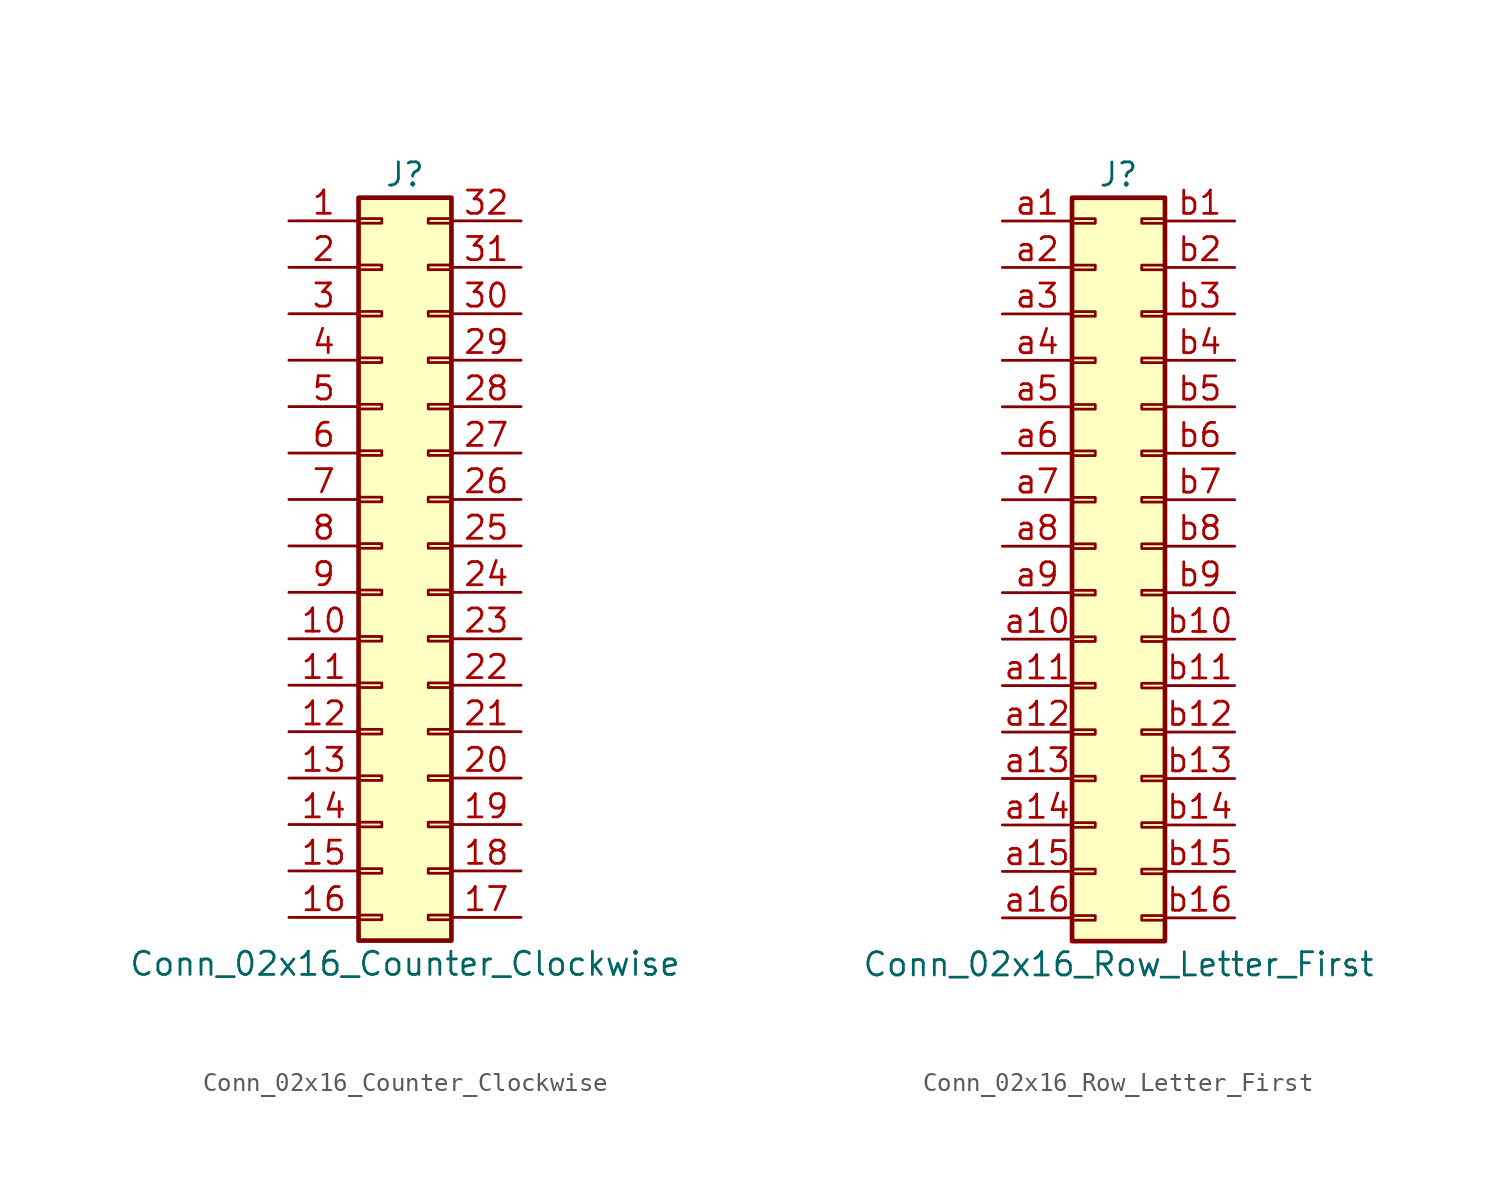
<source format=kicad_sym>
(kicad_symbol_lib
  (version 20201005)
  (generator kicad_symbol_editor)
  (symbol "Conn_02x16_Counter_Clockwise"
    (pin_names
      (offset 1.016) hide)
    (property "Reference" "J"
      (at 1.27 20.32 0)
      (effects (font (size 1.27 1.27))))
    (property "Value" "Conn_02x16_Counter_Clockwise"
      (at 1.27 -22.86 0)
      (effects (font (size 1.27 1.27))))
    (symbol "Conn_02x16_Counter_Clockwise_1_1"
      (rectangle (start -1.27 -20.193) (end 0 -20.447) (stroke (width 0.152)) (fill (type none)))
      (rectangle (start -1.27 -17.653) (end 0 -17.907) (stroke (width 0.152)) (fill (type none)))
      (rectangle (start -1.27 -15.113) (end 0 -15.367) (stroke (width 0.152)) (fill (type none)))
      (rectangle (start -1.27 -12.573) (end 0 -12.827) (stroke (width 0.152)) (fill (type none)))
      (rectangle (start -1.27 -10.033) (end 0 -10.287) (stroke (width 0.152)) (fill (type none)))
      (rectangle (start -1.27 -7.493) (end 0 -7.747) (stroke (width 0.152)) (fill (type none)))
      (rectangle (start -1.27 -4.953) (end 0 -5.207) (stroke (width 0.152)) (fill (type none)))
      (rectangle (start -1.27 -2.413) (end 0 -2.667) (stroke (width 0.152)) (fill (type none)))
      (rectangle (start -1.27 0.127) (end 0 -0.127) (stroke (width 0.152)) (fill (type none)))
      (rectangle (start -1.27 2.667) (end 0 2.413) (stroke (width 0.152)) (fill (type none)))
      (rectangle (start -1.27 5.207) (end 0 4.953) (stroke (width 0.152)) (fill (type none)))
      (rectangle (start -1.27 7.747) (end 0 7.493) (stroke (width 0.152)) (fill (type none)))
      (rectangle (start -1.27 10.287) (end 0 10.033) (stroke (width 0.152)) (fill (type none)))
      (rectangle (start -1.27 12.827) (end 0 12.573) (stroke (width 0.152)) (fill (type none)))
      (rectangle (start -1.27 15.367) (end 0 15.113) (stroke (width 0.152)) (fill (type none)))
      (rectangle (start -1.27 17.907) (end 0 17.653) (stroke (width 0.152)) (fill (type none)))
      (rectangle (start -1.27 19.05) (end 3.81 -21.59) (stroke (width 0.254)) (fill (type background)))
      (rectangle (start 3.81 -20.193) (end 2.54 -20.447) (stroke (width 0.152)) (fill (type none)))
      (rectangle (start 3.81 -17.653) (end 2.54 -17.907) (stroke (width 0.152)) (fill (type none)))
      (rectangle (start 3.81 -15.113) (end 2.54 -15.367) (stroke (width 0.152)) (fill (type none)))
      (rectangle (start 3.81 -12.573) (end 2.54 -12.827) (stroke (width 0.152)) (fill (type none)))
      (rectangle (start 3.81 -10.033) (end 2.54 -10.287) (stroke (width 0.152)) (fill (type none)))
      (rectangle (start 3.81 -7.493) (end 2.54 -7.747) (stroke (width 0.152)) (fill (type none)))
      (rectangle (start 3.81 -4.953) (end 2.54 -5.207) (stroke (width 0.152)) (fill (type none)))
      (rectangle (start 3.81 -2.413) (end 2.54 -2.667) (stroke (width 0.152)) (fill (type none)))
      (rectangle (start 3.81 0.127) (end 2.54 -0.127) (stroke (width 0.152)) (fill (type none)))
      (rectangle (start 3.81 2.667) (end 2.54 2.413) (stroke (width 0.152)) (fill (type none)))
      (rectangle (start 3.81 5.207) (end 2.54 4.953) (stroke (width 0.152)) (fill (type none)))
      (rectangle (start 3.81 7.747) (end 2.54 7.493) (stroke (width 0.152)) (fill (type none)))
      (rectangle (start 3.81 10.287) (end 2.54 10.033) (stroke (width 0.152)) (fill (type none)))
      (rectangle (start 3.81 12.827) (end 2.54 12.573) (stroke (width 0.152)) (fill (type none)))
      (rectangle (start 3.81 15.367) (end 2.54 15.113) (stroke (width 0.152)) (fill (type none)))
      (rectangle (start 3.81 17.907) (end 2.54 17.653) (stroke (width 0.152)) (fill (type none)))
      (pin passive line (at -5.08 17.78 0) (length 3.81) (name "Pin_1" (effects (font (size 1.27 1.27)))) (number "1" (effects (font (size 1.27 1.27)))))
      (pin passive line (at -5.08 -5.08 0) (length 3.81) (name "Pin_10" (effects (font (size 1.27 1.27)))) (number "10" (effects (font (size 1.27 1.27)))))
      (pin passive line (at -5.08 -7.62 0) (length 3.81) (name "Pin_11" (effects (font (size 1.27 1.27)))) (number "11" (effects (font (size 1.27 1.27)))))
      (pin passive line (at -5.08 -10.16 0) (length 3.81) (name "Pin_12" (effects (font (size 1.27 1.27)))) (number "12" (effects (font (size 1.27 1.27)))))
      (pin passive line (at -5.08 -12.7 0) (length 3.81) (name "Pin_13" (effects (font (size 1.27 1.27)))) (number "13" (effects (font (size 1.27 1.27)))))
      (pin passive line (at -5.08 -15.24 0) (length 3.81) (name "Pin_14" (effects (font (size 1.27 1.27)))) (number "14" (effects (font (size 1.27 1.27)))))
      (pin passive line (at -5.08 -17.78 0) (length 3.81) (name "Pin_15" (effects (font (size 1.27 1.27)))) (number "15" (effects (font (size 1.27 1.27)))))
      (pin passive line (at -5.08 -20.32 0) (length 3.81) (name "Pin_16" (effects (font (size 1.27 1.27)))) (number "16" (effects (font (size 1.27 1.27)))))
      (pin passive line (at 7.62 -20.32 180) (length 3.81) (name "Pin_17" (effects (font (size 1.27 1.27)))) (number "17" (effects (font (size 1.27 1.27)))))
      (pin passive line (at 7.62 -17.78 180) (length 3.81) (name "Pin_18" (effects (font (size 1.27 1.27)))) (number "18" (effects (font (size 1.27 1.27)))))
      (pin passive line (at 7.62 -15.24 180) (length 3.81) (name "Pin_19" (effects (font (size 1.27 1.27)))) (number "19" (effects (font (size 1.27 1.27)))))
      (pin passive line (at -5.08 15.24 0) (length 3.81) (name "Pin_2" (effects (font (size 1.27 1.27)))) (number "2" (effects (font (size 1.27 1.27)))))
      (pin passive line (at 7.62 -12.7 180) (length 3.81) (name "Pin_20" (effects (font (size 1.27 1.27)))) (number "20" (effects (font (size 1.27 1.27)))))
      (pin passive line (at 7.62 -10.16 180) (length 3.81) (name "Pin_21" (effects (font (size 1.27 1.27)))) (number "21" (effects (font (size 1.27 1.27)))))
      (pin passive line (at 7.62 -7.62 180) (length 3.81) (name "Pin_22" (effects (font (size 1.27 1.27)))) (number "22" (effects (font (size 1.27 1.27)))))
      (pin passive line (at 7.62 -5.08 180) (length 3.81) (name "Pin_23" (effects (font (size 1.27 1.27)))) (number "23" (effects (font (size 1.27 1.27)))))
      (pin passive line (at 7.62 -2.54 180) (length 3.81) (name "Pin_24" (effects (font (size 1.27 1.27)))) (number "24" (effects (font (size 1.27 1.27)))))
      (pin passive line (at 7.62 0 180) (length 3.81) (name "Pin_25" (effects (font (size 1.27 1.27)))) (number "25" (effects (font (size 1.27 1.27)))))
      (pin passive line (at 7.62 2.54 180) (length 3.81) (name "Pin_26" (effects (font (size 1.27 1.27)))) (number "26" (effects (font (size 1.27 1.27)))))
      (pin passive line (at 7.62 5.08 180) (length 3.81) (name "Pin_27" (effects (font (size 1.27 1.27)))) (number "27" (effects (font (size 1.27 1.27)))))
      (pin passive line (at 7.62 7.62 180) (length 3.81) (name "Pin_28" (effects (font (size 1.27 1.27)))) (number "28" (effects (font (size 1.27 1.27)))))
      (pin passive line (at 7.62 10.16 180) (length 3.81) (name "Pin_29" (effects (font (size 1.27 1.27)))) (number "29" (effects (font (size 1.27 1.27)))))
      (pin passive line (at -5.08 12.7 0) (length 3.81) (name "Pin_3" (effects (font (size 1.27 1.27)))) (number "3" (effects (font (size 1.27 1.27)))))
      (pin passive line (at 7.62 12.7 180) (length 3.81) (name "Pin_30" (effects (font (size 1.27 1.27)))) (number "30" (effects (font (size 1.27 1.27)))))
      (pin passive line (at 7.62 15.24 180) (length 3.81) (name "Pin_31" (effects (font (size 1.27 1.27)))) (number "31" (effects (font (size 1.27 1.27)))))
      (pin passive line (at 7.62 17.78 180) (length 3.81) (name "Pin_32" (effects (font (size 1.27 1.27)))) (number "32" (effects (font (size 1.27 1.27)))))
      (pin passive line (at -5.08 10.16 0) (length 3.81) (name "Pin_4" (effects (font (size 1.27 1.27)))) (number "4" (effects (font (size 1.27 1.27)))))
      (pin passive line (at -5.08 7.62 0) (length 3.81) (name "Pin_5" (effects (font (size 1.27 1.27)))) (number "5" (effects (font (size 1.27 1.27)))))
      (pin passive line (at -5.08 5.08 0) (length 3.81) (name "Pin_6" (effects (font (size 1.27 1.27)))) (number "6" (effects (font (size 1.27 1.27)))))
      (pin passive line (at -5.08 2.54 0) (length 3.81) (name "Pin_7" (effects (font (size 1.27 1.27)))) (number "7" (effects (font (size 1.27 1.27)))))
      (pin passive line (at -5.08 0 0) (length 3.81) (name "Pin_8" (effects (font (size 1.27 1.27)))) (number "8" (effects (font (size 1.27 1.27)))))
      (pin passive line (at -5.08 -2.54 0) (length 3.81) (name "Pin_9" (effects (font (size 1.27 1.27)))) (number "9" (effects (font (size 1.27 1.27)))))))
  (symbol "Conn_02x16_Row_Letter_First"
    (pin_names
      (offset 1.016) hide)
    (property "Reference" "J"
      (at 1.27 20.32 0)
      (effects (font (size 1.27 1.27))))
    (property "Value" "Conn_02x16_Row_Letter_First"
      (at 1.27 -22.86 0)
      (effects (font (size 1.27 1.27))))
    (symbol "Conn_02x16_Row_Letter_First_1_1"
      (rectangle (start -1.27 -20.193) (end 0 -20.447) (stroke (width 0.152)) (fill (type none)))
      (rectangle (start -1.27 -17.653) (end 0 -17.907) (stroke (width 0.152)) (fill (type none)))
      (rectangle (start -1.27 -15.113) (end 0 -15.367) (stroke (width 0.152)) (fill (type none)))
      (rectangle (start -1.27 -12.573) (end 0 -12.827) (stroke (width 0.152)) (fill (type none)))
      (rectangle (start -1.27 -10.033) (end 0 -10.287) (stroke (width 0.152)) (fill (type none)))
      (rectangle (start -1.27 -7.493) (end 0 -7.747) (stroke (width 0.152)) (fill (type none)))
      (rectangle (start -1.27 -4.953) (end 0 -5.207) (stroke (width 0.152)) (fill (type none)))
      (rectangle (start -1.27 -2.413) (end 0 -2.667) (stroke (width 0.152)) (fill (type none)))
      (rectangle (start -1.27 0.127) (end 0 -0.127) (stroke (width 0.152)) (fill (type none)))
      (rectangle (start -1.27 2.667) (end 0 2.413) (stroke (width 0.152)) (fill (type none)))
      (rectangle (start -1.27 5.207) (end 0 4.953) (stroke (width 0.152)) (fill (type none)))
      (rectangle (start -1.27 7.747) (end 0 7.493) (stroke (width 0.152)) (fill (type none)))
      (rectangle (start -1.27 10.287) (end 0 10.033) (stroke (width 0.152)) (fill (type none)))
      (rectangle (start -1.27 12.827) (end 0 12.573) (stroke (width 0.152)) (fill (type none)))
      (rectangle (start -1.27 15.367) (end 0 15.113) (stroke (width 0.152)) (fill (type none)))
      (rectangle (start -1.27 17.907) (end 0 17.653) (stroke (width 0.152)) (fill (type none)))
      (rectangle (start -1.27 19.05) (end 3.81 -21.59) (stroke (width 0.254)) (fill (type background)))
      (rectangle (start 3.81 -20.193) (end 2.54 -20.447) (stroke (width 0.152)) (fill (type none)))
      (rectangle (start 3.81 -17.653) (end 2.54 -17.907) (stroke (width 0.152)) (fill (type none)))
      (rectangle (start 3.81 -15.113) (end 2.54 -15.367) (stroke (width 0.152)) (fill (type none)))
      (rectangle (start 3.81 -12.573) (end 2.54 -12.827) (stroke (width 0.152)) (fill (type none)))
      (rectangle (start 3.81 -10.033) (end 2.54 -10.287) (stroke (width 0.152)) (fill (type none)))
      (rectangle (start 3.81 -7.493) (end 2.54 -7.747) (stroke (width 0.152)) (fill (type none)))
      (rectangle (start 3.81 -4.953) (end 2.54 -5.207) (stroke (width 0.152)) (fill (type none)))
      (rectangle (start 3.81 -2.413) (end 2.54 -2.667) (stroke (width 0.152)) (fill (type none)))
      (rectangle (start 3.81 0.127) (end 2.54 -0.127) (stroke (width 0.152)) (fill (type none)))
      (rectangle (start 3.81 2.667) (end 2.54 2.413) (stroke (width 0.152)) (fill (type none)))
      (rectangle (start 3.81 5.207) (end 2.54 4.953) (stroke (width 0.152)) (fill (type none)))
      (rectangle (start 3.81 7.747) (end 2.54 7.493) (stroke (width 0.152)) (fill (type none)))
      (rectangle (start 3.81 10.287) (end 2.54 10.033) (stroke (width 0.152)) (fill (type none)))
      (rectangle (start 3.81 12.827) (end 2.54 12.573) (stroke (width 0.152)) (fill (type none)))
      (rectangle (start 3.81 15.367) (end 2.54 15.113) (stroke (width 0.152)) (fill (type none)))
      (rectangle (start 3.81 17.907) (end 2.54 17.653) (stroke (width 0.152)) (fill (type none)))
      (pin passive line (at -5.08 17.78 0) (length 3.81) (name "Pin_a1" (effects (font (size 1.27 1.27)))) (number "a1" (effects (font (size 1.27 1.27)))))
      (pin passive line (at -5.08 -5.08 0) (length 3.81) (name "Pin_a10" (effects (font (size 1.27 1.27)))) (number "a10" (effects (font (size 1.27 1.27)))))
      (pin passive line (at -5.08 -7.62 0) (length 3.81) (name "Pin_a11" (effects (font (size 1.27 1.27)))) (number "a11" (effects (font (size 1.27 1.27)))))
      (pin passive line (at -5.08 -10.16 0) (length 3.81) (name "Pin_a12" (effects (font (size 1.27 1.27)))) (number "a12" (effects (font (size 1.27 1.27)))))
      (pin passive line (at -5.08 -12.7 0) (length 3.81) (name "Pin_a13" (effects (font (size 1.27 1.27)))) (number "a13" (effects (font (size 1.27 1.27)))))
      (pin passive line (at -5.08 -15.24 0) (length 3.81) (name "Pin_a14" (effects (font (size 1.27 1.27)))) (number "a14" (effects (font (size 1.27 1.27)))))
      (pin passive line (at -5.08 -17.78 0) (length 3.81) (name "Pin_a15" (effects (font (size 1.27 1.27)))) (number "a15" (effects (font (size 1.27 1.27)))))
      (pin passive line (at -5.08 -20.32 0) (length 3.81) (name "Pin_a16" (effects (font (size 1.27 1.27)))) (number "a16" (effects (font (size 1.27 1.27)))))
      (pin passive line (at -5.08 15.24 0) (length 3.81) (name "Pin_a2" (effects (font (size 1.27 1.27)))) (number "a2" (effects (font (size 1.27 1.27)))))
      (pin passive line (at -5.08 12.7 0) (length 3.81) (name "Pin_a3" (effects (font (size 1.27 1.27)))) (number "a3" (effects (font (size 1.27 1.27)))))
      (pin passive line (at -5.08 10.16 0) (length 3.81) (name "Pin_a4" (effects (font (size 1.27 1.27)))) (number "a4" (effects (font (size 1.27 1.27)))))
      (pin passive line (at -5.08 7.62 0) (length 3.81) (name "Pin_a5" (effects (font (size 1.27 1.27)))) (number "a5" (effects (font (size 1.27 1.27)))))
      (pin passive line (at -5.08 5.08 0) (length 3.81) (name "Pin_a6" (effects (font (size 1.27 1.27)))) (number "a6" (effects (font (size 1.27 1.27)))))
      (pin passive line (at -5.08 2.54 0) (length 3.81) (name "Pin_a7" (effects (font (size 1.27 1.27)))) (number "a7" (effects (font (size 1.27 1.27)))))
      (pin passive line (at -5.08 0 0) (length 3.81) (name "Pin_a8" (effects (font (size 1.27 1.27)))) (number "a8" (effects (font (size 1.27 1.27)))))
      (pin passive line (at -5.08 -2.54 0) (length 3.81) (name "Pin_a9" (effects (font (size 1.27 1.27)))) (number "a9" (effects (font (size 1.27 1.27)))))
      (pin passive line (at 7.62 17.78 180) (length 3.81) (name "Pin_b1" (effects (font (size 1.27 1.27)))) (number "b1" (effects (font (size 1.27 1.27)))))
      (pin passive line (at 7.62 -5.08 180) (length 3.81) (name "Pin_b10" (effects (font (size 1.27 1.27)))) (number "b10" (effects (font (size 1.27 1.27)))))
      (pin passive line (at 7.62 -7.62 180) (length 3.81) (name "Pin_b11" (effects (font (size 1.27 1.27)))) (number "b11" (effects (font (size 1.27 1.27)))))
      (pin passive line (at 7.62 -10.16 180) (length 3.81) (name "Pin_b12" (effects (font (size 1.27 1.27)))) (number "b12" (effects (font (size 1.27 1.27)))))
      (pin passive line (at 7.62 -12.7 180) (length 3.81) (name "Pin_b13" (effects (font (size 1.27 1.27)))) (number "b13" (effects (font (size 1.27 1.27)))))
      (pin passive line (at 7.62 -15.24 180) (length 3.81) (name "Pin_b14" (effects (font (size 1.27 1.27)))) (number "b14" (effects (font (size 1.27 1.27)))))
      (pin passive line (at 7.62 -17.78 180) (length 3.81) (name "Pin_b15" (effects (font (size 1.27 1.27)))) (number "b15" (effects (font (size 1.27 1.27)))))
      (pin passive line (at 7.62 -20.32 180) (length 3.81) (name "Pin_b16" (effects (font (size 1.27 1.27)))) (number "b16" (effects (font (size 1.27 1.27)))))
      (pin passive line (at 7.62 15.24 180) (length 3.81) (name "Pin_b2" (effects (font (size 1.27 1.27)))) (number "b2" (effects (font (size 1.27 1.27)))))
      (pin passive line (at 7.62 12.7 180) (length 3.81) (name "Pin_b3" (effects (font (size 1.27 1.27)))) (number "b3" (effects (font (size 1.27 1.27)))))
      (pin passive line (at 7.62 10.16 180) (length 3.81) (name "Pin_b4" (effects (font (size 1.27 1.27)))) (number "b4" (effects (font (size 1.27 1.27)))))
      (pin passive line (at 7.62 7.62 180) (length 3.81) (name "Pin_b5" (effects (font (size 1.27 1.27)))) (number "b5" (effects (font (size 1.27 1.27)))))
      (pin passive line (at 7.62 5.08 180) (length 3.81) (name "Pin_b6" (effects (font (size 1.27 1.27)))) (number "b6" (effects (font (size 1.27 1.27)))))
      (pin passive line (at 7.62 2.54 180) (length 3.81) (name "Pin_b7" (effects (font (size 1.27 1.27)))) (number "b7" (effects (font (size 1.27 1.27)))))
      (pin passive line (at 7.62 0 180) (length 3.81) (name "Pin_b8" (effects (font (size 1.27 1.27)))) (number "b8" (effects (font (size 1.27 1.27)))))
      (pin passive line (at 7.62 -2.54 180) (length 3.81) (name "Pin_b9" (effects (font (size 1.27 1.27)))) (number "b9" (effects (font (size 1.27 1.27))))))))
</source>
